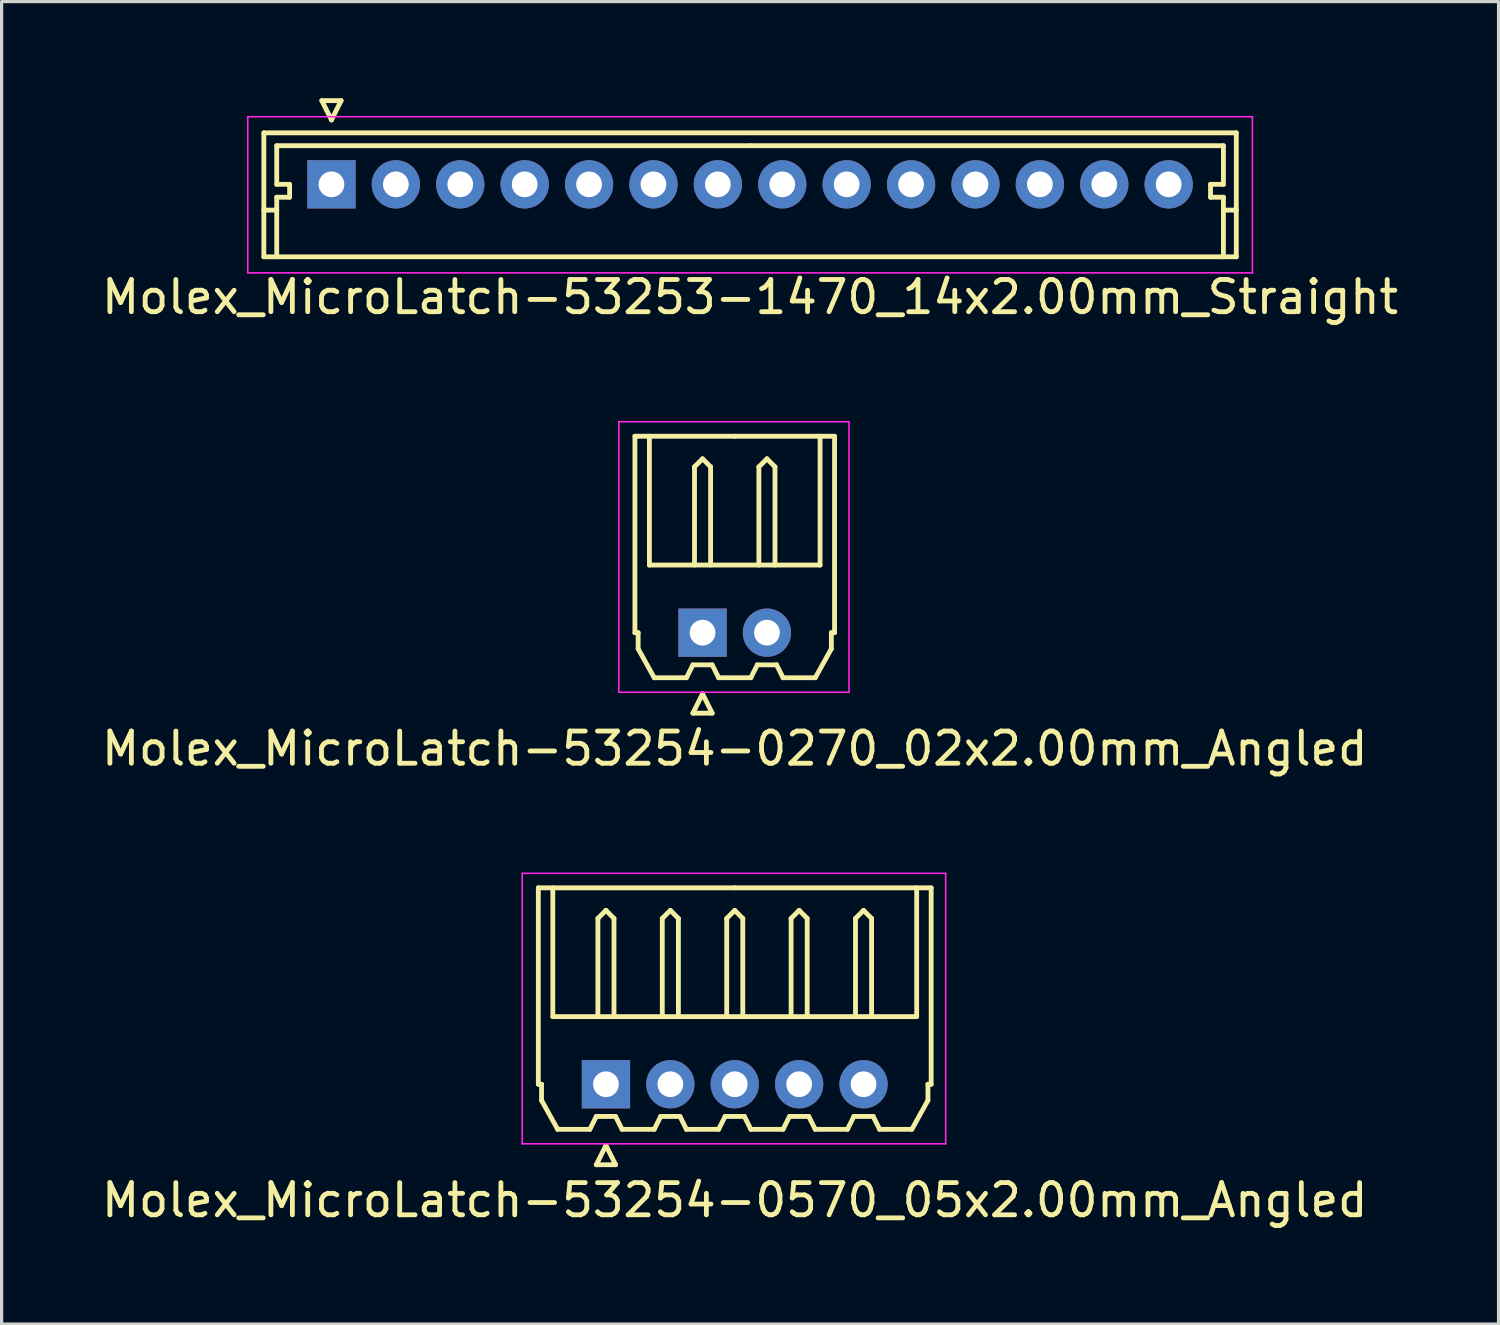
<source format=kicad_pcb>
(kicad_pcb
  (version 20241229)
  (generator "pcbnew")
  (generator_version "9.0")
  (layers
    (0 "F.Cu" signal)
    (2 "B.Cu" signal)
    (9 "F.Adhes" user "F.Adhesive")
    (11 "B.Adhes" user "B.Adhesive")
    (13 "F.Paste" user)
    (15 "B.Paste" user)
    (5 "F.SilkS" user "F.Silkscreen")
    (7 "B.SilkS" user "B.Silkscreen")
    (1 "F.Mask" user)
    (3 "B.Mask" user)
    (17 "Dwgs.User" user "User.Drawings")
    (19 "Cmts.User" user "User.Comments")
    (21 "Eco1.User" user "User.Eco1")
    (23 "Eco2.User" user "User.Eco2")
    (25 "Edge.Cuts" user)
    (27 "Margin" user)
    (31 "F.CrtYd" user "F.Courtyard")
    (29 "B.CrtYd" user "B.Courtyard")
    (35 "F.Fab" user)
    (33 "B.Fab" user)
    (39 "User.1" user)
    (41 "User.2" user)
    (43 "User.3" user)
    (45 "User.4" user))
  (footprint "Molex_MicroLatch-53254-0270_02x2.00mm_Angled"
    (layer "F.Cu")
    (at 18.768 16.598)
    (property "Reference" "Molex_MicroLatch-53254-0270_02x2.00mm_Angled" (at 1 3.6 0) (layer "F.SilkS") (effects (font (size 1 1) (thickness 0.15))))
    (attr through_hole)
    (fp_line (start -2.1 -6.1) (end 1 -6.1) (stroke (width 0.15) (type solid)) (layer "F.SilkS"))
    (fp_line (start -2.1 0) (end -2.1 -6.1) (stroke (width 0.15) (type solid)) (layer "F.SilkS"))
    (fp_line (start -2 0) (end -2.1 0) (stroke (width 0.15) (type solid)) (layer "F.SilkS"))
    (fp_line (start -2 0.5) (end -2 0) (stroke (width 0.15) (type solid)) (layer "F.SilkS"))
    (fp_line (start -1.65 -6.1) (end -1.65 -2.1) (stroke (width 0.15) (type solid)) (layer "F.SilkS"))
    (fp_line (start -1.65 -2.1) (end 3.65 -2.1) (stroke (width 0.15) (type solid)) (layer "F.SilkS"))
    (fp_line (start -1.5 1.4) (end -2 0.5) (stroke (width 0.15) (type solid)) (layer "F.SilkS"))
    (fp_line (start -0.5 1.4) (end -1.5 1.4) (stroke (width 0.15) (type solid)) (layer "F.SilkS"))
    (fp_line (start -0.3 1) (end -0.5 1.4) (stroke (width 0.15) (type solid)) (layer "F.SilkS"))
    (fp_line (start -0.3 1) (end 0.3 1) (stroke (width 0.15) (type solid)) (layer "F.SilkS"))
    (fp_line (start -0.3 2.5) (end 0.3 2.5) (stroke (width 0.15) (type solid)) (layer "F.SilkS"))
    (fp_line (start -0.25 -5.15) (end 0 -5.4) (stroke (width 0.15) (type solid)) (layer "F.SilkS"))
    (fp_line (start -0.25 -2.1) (end -0.25 -5.15) (stroke (width 0.15) (type solid)) (layer "F.SilkS"))
    (fp_line (start 0 -5.4) (end 0.25 -5.15) (stroke (width 0.15) (type solid)) (layer "F.SilkS"))
    (fp_line (start 0 1.9) (end -0.3 2.5) (stroke (width 0.15) (type solid)) (layer "F.SilkS"))
    (fp_line (start 0.25 -5.15) (end 0.25 -2.1) (stroke (width 0.15) (type solid)) (layer "F.SilkS"))
    (fp_line (start 0.3 1) (end 0.5 1.4) (stroke (width 0.15) (type solid)) (layer "F.SilkS"))
    (fp_line (start 0.3 2.5) (end 0 1.9) (stroke (width 0.15) (type solid)) (layer "F.SilkS"))
    (fp_line (start 0.5 1.4) (end 1.5 1.4) (stroke (width 0.15) (type solid)) (layer "F.SilkS"))
    (fp_line (start 1.5 1.4) (end 1.7 1) (stroke (width 0.15) (type solid)) (layer "F.SilkS"))
    (fp_line (start 1.7 1) (end 2.3 1) (stroke (width 0.15) (type solid)) (layer "F.SilkS"))
    (fp_line (start 1.75 -5.15) (end 2 -5.4) (stroke (width 0.15) (type solid)) (layer "F.SilkS"))
    (fp_line (start 1.75 -2.1) (end 1.75 -5.15) (stroke (width 0.15) (type solid)) (layer "F.SilkS"))
    (fp_line (start 2 -5.4) (end 2.25 -5.15) (stroke (width 0.15) (type solid)) (layer "F.SilkS"))
    (fp_line (start 2.25 -5.15) (end 2.25 -2.1) (stroke (width 0.15) (type solid)) (layer "F.SilkS"))
    (fp_line (start 2.3 1) (end 2.5 1.4) (stroke (width 0.15) (type solid)) (layer "F.SilkS"))
    (fp_line (start 2.5 1.4) (end 3.5 1.4) (stroke (width 0.15) (type solid)) (layer "F.SilkS"))
    (fp_line (start 3.5 1.4) (end 4 0.5) (stroke (width 0.15) (type solid)) (layer "F.SilkS"))
    (fp_line (start 3.65 -2.1) (end 3.65 -6.1) (stroke (width 0.15) (type solid)) (layer "F.SilkS"))
    (fp_line (start 4 0) (end 4.1 0) (stroke (width 0.15) (type solid)) (layer "F.SilkS"))
    (fp_line (start 4 0.5) (end 4 0) (stroke (width 0.15) (type solid)) (layer "F.SilkS"))
    (fp_line (start 4.1 -6.1) (end 1 -6.1) (stroke (width 0.15) (type solid)) (layer "F.SilkS"))
    (fp_line (start 4.1 0) (end 4.1 -6.1) (stroke (width 0.15) (type solid)) (layer "F.SilkS"))
    (fp_line (start -2.6 -6.55) (end -2.6 1.85) (stroke (width 0.05) (type solid)) (layer "F.CrtYd"))
    (fp_line (start -2.6 1.85) (end 4.55 1.85) (stroke (width 0.05) (type solid)) (layer "F.CrtYd"))
    (fp_line (start 4.55 -6.55) (end -2.6 -6.55) (stroke (width 0.05) (type solid)) (layer "F.CrtYd"))
    (fp_line (start 4.55 1.85) (end 4.55 -6.55) (stroke (width 0.05) (type solid)) (layer "F.CrtYd"))
    (pad "1" thru_hole rect (at 0 0) (size 1.5 1.5) (drill 0.8) (layers "*.Cu" "*.Mask"))
    (pad "2" thru_hole circle (at 2 0) (size 1.5 1.5) (drill 0.8) (layers "*.Cu" "*.Mask")))
  (footprint "Molex_MicroLatch-53254-0570_05x2.00mm_Angled"
    (layer "F.Cu")
    (at 15.768 30.622)
    (property "Reference" "Molex_MicroLatch-53254-0570_05x2.00mm_Angled" (at 4 3.6 0) (layer "F.SilkS") (effects (font (size 1 1) (thickness 0.15))))
    (attr through_hole)
    (fp_line (start -2.1 -6.1) (end 4 -6.1) (stroke (width 0.15) (type solid)) (layer "F.SilkS"))
    (fp_line (start -2.1 0) (end -2.1 -6.1) (stroke (width 0.15) (type solid)) (layer "F.SilkS"))
    (fp_line (start -2 0) (end -2.1 0) (stroke (width 0.15) (type solid)) (layer "F.SilkS"))
    (fp_line (start -2 0.5) (end -2 0) (stroke (width 0.15) (type solid)) (layer "F.SilkS"))
    (fp_line (start -1.65 -6.1) (end -1.65 -2.1) (stroke (width 0.15) (type solid)) (layer "F.SilkS"))
    (fp_line (start -1.65 -2.1) (end 9.65 -2.1) (stroke (width 0.15) (type solid)) (layer "F.SilkS"))
    (fp_line (start -1.5 1.4) (end -2 0.5) (stroke (width 0.15) (type solid)) (layer "F.SilkS"))
    (fp_line (start -0.5 1.4) (end -1.5 1.4) (stroke (width 0.15) (type solid)) (layer "F.SilkS"))
    (fp_line (start -0.3 1) (end -0.5 1.4) (stroke (width 0.15) (type solid)) (layer "F.SilkS"))
    (fp_line (start -0.3 1) (end 0.3 1) (stroke (width 0.15) (type solid)) (layer "F.SilkS"))
    (fp_line (start -0.3 2.5) (end 0.3 2.5) (stroke (width 0.15) (type solid)) (layer "F.SilkS"))
    (fp_line (start -0.25 -5.15) (end 0 -5.4) (stroke (width 0.15) (type solid)) (layer "F.SilkS"))
    (fp_line (start -0.25 -2.1) (end -0.25 -5.15) (stroke (width 0.15) (type solid)) (layer "F.SilkS"))
    (fp_line (start 0 -5.4) (end 0.25 -5.15) (stroke (width 0.15) (type solid)) (layer "F.SilkS"))
    (fp_line (start 0 1.9) (end -0.3 2.5) (stroke (width 0.15) (type solid)) (layer "F.SilkS"))
    (fp_line (start 0.25 -5.15) (end 0.25 -2.1) (stroke (width 0.15) (type solid)) (layer "F.SilkS"))
    (fp_line (start 0.3 1) (end 0.5 1.4) (stroke (width 0.15) (type solid)) (layer "F.SilkS"))
    (fp_line (start 0.3 2.5) (end 0 1.9) (stroke (width 0.15) (type solid)) (layer "F.SilkS"))
    (fp_line (start 0.5 1.4) (end 1.5 1.4) (stroke (width 0.15) (type solid)) (layer "F.SilkS"))
    (fp_line (start 1.5 1.4) (end 1.7 1) (stroke (width 0.15) (type solid)) (layer "F.SilkS"))
    (fp_line (start 1.7 1) (end 2.3 1) (stroke (width 0.15) (type solid)) (layer "F.SilkS"))
    (fp_line (start 1.75 -5.15) (end 2 -5.4) (stroke (width 0.15) (type solid)) (layer "F.SilkS"))
    (fp_line (start 1.75 -2.1) (end 1.75 -5.15) (stroke (width 0.15) (type solid)) (layer "F.SilkS"))
    (fp_line (start 2 -5.4) (end 2.25 -5.15) (stroke (width 0.15) (type solid)) (layer "F.SilkS"))
    (fp_line (start 2.25 -5.15) (end 2.25 -2.1) (stroke (width 0.15) (type solid)) (layer "F.SilkS"))
    (fp_line (start 2.3 1) (end 2.5 1.4) (stroke (width 0.15) (type solid)) (layer "F.SilkS"))
    (fp_line (start 2.5 1.4) (end 3.5 1.4) (stroke (width 0.15) (type solid)) (layer "F.SilkS"))
    (fp_line (start 3.5 1.4) (end 3.7 1) (stroke (width 0.15) (type solid)) (layer "F.SilkS"))
    (fp_line (start 3.7 1) (end 4.3 1) (stroke (width 0.15) (type solid)) (layer "F.SilkS"))
    (fp_line (start 3.75 -5.15) (end 4 -5.4) (stroke (width 0.15) (type solid)) (layer "F.SilkS"))
    (fp_line (start 3.75 -2.1) (end 3.75 -5.15) (stroke (width 0.15) (type solid)) (layer "F.SilkS"))
    (fp_line (start 4 -5.4) (end 4.25 -5.15) (stroke (width 0.15) (type solid)) (layer "F.SilkS"))
    (fp_line (start 4.25 -5.15) (end 4.25 -2.1) (stroke (width 0.15) (type solid)) (layer "F.SilkS"))
    (fp_line (start 4.3 1) (end 4.5 1.4) (stroke (width 0.15) (type solid)) (layer "F.SilkS"))
    (fp_line (start 4.5 1.4) (end 5.5 1.4) (stroke (width 0.15) (type solid)) (layer "F.SilkS"))
    (fp_line (start 5.5 1.4) (end 5.7 1) (stroke (width 0.15) (type solid)) (layer "F.SilkS"))
    (fp_line (start 5.7 1) (end 6.3 1) (stroke (width 0.15) (type solid)) (layer "F.SilkS"))
    (fp_line (start 5.75 -5.15) (end 6 -5.4) (stroke (width 0.15) (type solid)) (layer "F.SilkS"))
    (fp_line (start 5.75 -2.1) (end 5.75 -5.15) (stroke (width 0.15) (type solid)) (layer "F.SilkS"))
    (fp_line (start 6 -5.4) (end 6.25 -5.15) (stroke (width 0.15) (type solid)) (layer "F.SilkS"))
    (fp_line (start 6.25 -5.15) (end 6.25 -2.1) (stroke (width 0.15) (type solid)) (layer "F.SilkS"))
    (fp_line (start 6.3 1) (end 6.5 1.4) (stroke (width 0.15) (type solid)) (layer "F.SilkS"))
    (fp_line (start 6.5 1.4) (end 7.5 1.4) (stroke (width 0.15) (type solid)) (layer "F.SilkS"))
    (fp_line (start 7.5 1.4) (end 7.7 1) (stroke (width 0.15) (type solid)) (layer "F.SilkS"))
    (fp_line (start 7.7 1) (end 8.3 1) (stroke (width 0.15) (type solid)) (layer "F.SilkS"))
    (fp_line (start 7.75 -5.15) (end 8 -5.4) (stroke (width 0.15) (type solid)) (layer "F.SilkS"))
    (fp_line (start 7.75 -2.1) (end 7.75 -5.15) (stroke (width 0.15) (type solid)) (layer "F.SilkS"))
    (fp_line (start 8 -5.4) (end 8.25 -5.15) (stroke (width 0.15) (type solid)) (layer "F.SilkS"))
    (fp_line (start 8.25 -5.15) (end 8.25 -2.1) (stroke (width 0.15) (type solid)) (layer "F.SilkS"))
    (fp_line (start 8.3 1) (end 8.5 1.4) (stroke (width 0.15) (type solid)) (layer "F.SilkS"))
    (fp_line (start 8.5 1.4) (end 9.5 1.4) (stroke (width 0.15) (type solid)) (layer "F.SilkS"))
    (fp_line (start 9.5 1.4) (end 10 0.5) (stroke (width 0.15) (type solid)) (layer "F.SilkS"))
    (fp_line (start 9.65 -2.1) (end 9.65 -6.1) (stroke (width 0.15) (type solid)) (layer "F.SilkS"))
    (fp_line (start 10 0) (end 10.1 0) (stroke (width 0.15) (type solid)) (layer "F.SilkS"))
    (fp_line (start 10 0.5) (end 10 0) (stroke (width 0.15) (type solid)) (layer "F.SilkS"))
    (fp_line (start 10.1 -6.1) (end 4 -6.1) (stroke (width 0.15) (type solid)) (layer "F.SilkS"))
    (fp_line (start 10.1 0) (end 10.1 -6.1) (stroke (width 0.15) (type solid)) (layer "F.SilkS"))
    (fp_line (start -2.6 -6.55) (end -2.6 1.85) (stroke (width 0.05) (type solid)) (layer "F.CrtYd"))
    (fp_line (start -2.6 1.85) (end 10.55 1.85) (stroke (width 0.05) (type solid)) (layer "F.CrtYd"))
    (fp_line (start 10.55 -6.55) (end -2.6 -6.55) (stroke (width 0.05) (type solid)) (layer "F.CrtYd"))
    (fp_line (start 10.55 1.85) (end 10.55 -6.55) (stroke (width 0.05) (type solid)) (layer "F.CrtYd"))
    (pad "1" thru_hole rect (at 0 0) (size 1.5 1.5) (drill 0.8) (layers "*.Cu" "*.Mask"))
    (pad "2" thru_hole circle (at 2 0) (size 1.5 1.5) (drill 0.8) (layers "*.Cu" "*.Mask"))
    (pad "3" thru_hole circle (at 4 0) (size 1.5 1.5) (drill 0.8) (layers "*.Cu" "*.Mask"))
    (pad "4" thru_hole circle (at 6 0) (size 1.5 1.5) (drill 0.8) (layers "*.Cu" "*.Mask"))
    (pad "5" thru_hole circle (at 8 0) (size 1.5 1.5) (drill 0.8) (layers "*.Cu" "*.Mask")))
  (footprint "Molex_MicroLatch-53253-1470_14x2.00mm_Straight"
    (layer "F.Cu")
    (at 7.244 2.675)
    (property "Reference" "Molex_MicroLatch-53253-1470_14x2.00mm_Straight" (at 13 3.5 0) (layer "F.SilkS") (effects (font (size 1 1) (thickness 0.15))))
    (attr through_hole)
    (fp_line (start -2.1 -1.6) (end -2.1 2.25) (stroke (width 0.15) (type solid)) (layer "F.SilkS"))
    (fp_line (start -2.1 0.8) (end -1.7 0.8) (stroke (width 0.15) (type solid)) (layer "F.SilkS"))
    (fp_line (start -2.1 2.25) (end 28.1 2.25) (stroke (width 0.15) (type solid)) (layer "F.SilkS"))
    (fp_line (start -1.7 -1.2) (end -1.7 0) (stroke (width 0.15) (type solid)) (layer "F.SilkS"))
    (fp_line (start -1.7 0) (end -1.3 0) (stroke (width 0.15) (type solid)) (layer "F.SilkS"))
    (fp_line (start -1.7 0.4) (end -1.7 2.25) (stroke (width 0.15) (type solid)) (layer "F.SilkS"))
    (fp_line (start -1.3 0) (end -1.3 0.4) (stroke (width 0.15) (type solid)) (layer "F.SilkS"))
    (fp_line (start -1.3 0.4) (end -1.7 0.4) (stroke (width 0.15) (type solid)) (layer "F.SilkS"))
    (fp_line (start -0.3 -2.6) (end 0.3 -2.6) (stroke (width 0.15) (type solid)) (layer "F.SilkS"))
    (fp_line (start 0 -2) (end -0.3 -2.6) (stroke (width 0.15) (type solid)) (layer "F.SilkS"))
    (fp_line (start 0.3 -2.6) (end 0 -2) (stroke (width 0.15) (type solid)) (layer "F.SilkS"))
    (fp_line (start 13 -1.2) (end -1.7 -1.2) (stroke (width 0.15) (type solid)) (layer "F.SilkS"))
    (fp_line (start 13 -1.2) (end 27.7 -1.2) (stroke (width 0.15) (type solid)) (layer "F.SilkS"))
    (fp_line (start 27.3 0) (end 27.3 0.4) (stroke (width 0.15) (type solid)) (layer "F.SilkS"))
    (fp_line (start 27.3 0.4) (end 27.7 0.4) (stroke (width 0.15) (type solid)) (layer "F.SilkS"))
    (fp_line (start 27.7 -1.2) (end 27.7 0) (stroke (width 0.15) (type solid)) (layer "F.SilkS"))
    (fp_line (start 27.7 0) (end 27.3 0) (stroke (width 0.15) (type solid)) (layer "F.SilkS"))
    (fp_line (start 27.7 0.4) (end 27.7 2.25) (stroke (width 0.15) (type solid)) (layer "F.SilkS"))
    (fp_line (start 28.1 -1.6) (end -2.1 -1.6) (stroke (width 0.15) (type solid)) (layer "F.SilkS"))
    (fp_line (start 28.1 0.8) (end 27.7 0.8) (stroke (width 0.15) (type solid)) (layer "F.SilkS"))
    (fp_line (start 28.1 2.25) (end 28.1 -1.6) (stroke (width 0.15) (type solid)) (layer "F.SilkS"))
    (fp_line (start -2.6 -2.1) (end -2.6 2.75) (stroke (width 0.05) (type solid)) (layer "F.CrtYd"))
    (fp_line (start -2.6 2.75) (end 28.6 2.75) (stroke (width 0.05) (type solid)) (layer "F.CrtYd"))
    (fp_line (start 28.6 -2.1) (end -2.6 -2.1) (stroke (width 0.05) (type solid)) (layer "F.CrtYd"))
    (fp_line (start 28.6 2.75) (end 28.6 -2.1) (stroke (width 0.05) (type solid)) (layer "F.CrtYd"))
    (pad "1" thru_hole rect (at 0 0) (size 1.5 1.5) (drill 0.8) (layers "*.Cu" "*.Mask"))
    (pad "2" thru_hole circle (at 2 0) (size 1.5 1.5) (drill 0.8) (layers "*.Cu" "*.Mask"))
    (pad "3" thru_hole circle (at 4 0) (size 1.5 1.5) (drill 0.8) (layers "*.Cu" "*.Mask"))
    (pad "4" thru_hole circle (at 6 0) (size 1.5 1.5) (drill 0.8) (layers "*.Cu" "*.Mask"))
    (pad "5" thru_hole circle (at 8 0) (size 1.5 1.5) (drill 0.8) (layers "*.Cu" "*.Mask"))
    (pad "6" thru_hole circle (at 10 0) (size 1.5 1.5) (drill 0.8) (layers "*.Cu" "*.Mask"))
    (pad "7" thru_hole circle (at 12 0) (size 1.5 1.5) (drill 0.8) (layers "*.Cu" "*.Mask"))
    (pad "8" thru_hole circle (at 14 0) (size 1.5 1.5) (drill 0.8) (layers "*.Cu" "*.Mask"))
    (pad "9" thru_hole circle (at 16 0) (size 1.5 1.5) (drill 0.8) (layers "*.Cu" "*.Mask"))
    (pad "10" thru_hole circle (at 18 0) (size 1.5 1.5) (drill 0.8) (layers "*.Cu" "*.Mask"))
    (pad "11" thru_hole circle (at 20 0) (size 1.5 1.5) (drill 0.8) (layers "*.Cu" "*.Mask"))
    (pad "12" thru_hole circle (at 22 0) (size 1.5 1.5) (drill 0.8) (layers "*.Cu" "*.Mask"))
    (pad "13" thru_hole circle (at 24 0) (size 1.5 1.5) (drill 0.8) (layers "*.Cu" "*.Mask"))
    (pad "14" thru_hole circle (at 26 0) (size 1.5 1.5) (drill 0.8) (layers "*.Cu" "*.Mask")))
  (gr_rect
    (start -3 -3)
    (end 43.488 38.07)
    (stroke (width 0.1) (type default))
    (fill no)
    (layer "Edge.Cuts")))
</source>
